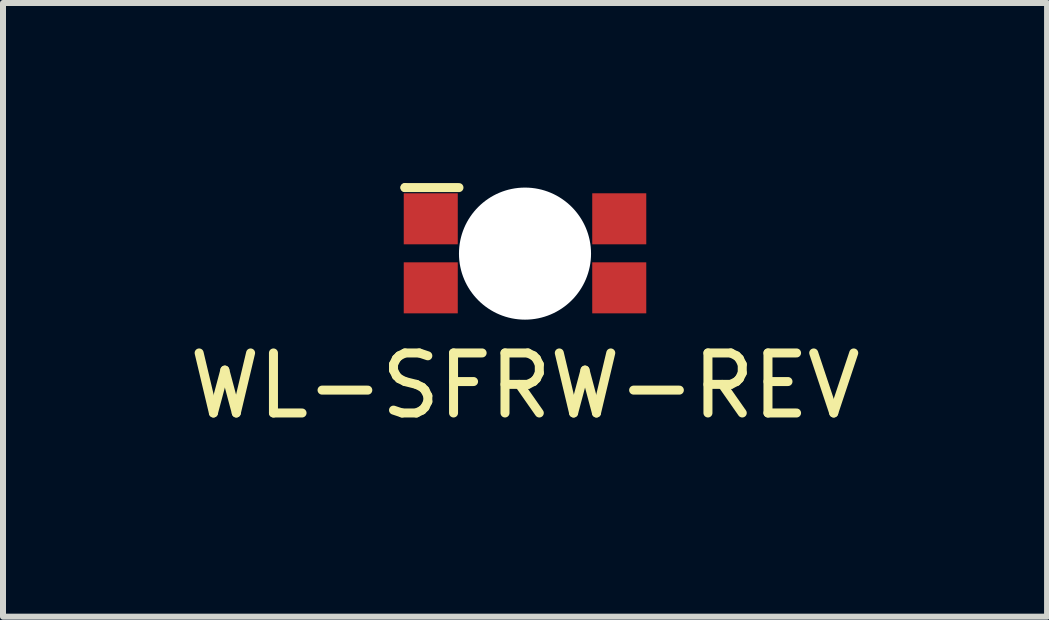
<source format=kicad_pcb>
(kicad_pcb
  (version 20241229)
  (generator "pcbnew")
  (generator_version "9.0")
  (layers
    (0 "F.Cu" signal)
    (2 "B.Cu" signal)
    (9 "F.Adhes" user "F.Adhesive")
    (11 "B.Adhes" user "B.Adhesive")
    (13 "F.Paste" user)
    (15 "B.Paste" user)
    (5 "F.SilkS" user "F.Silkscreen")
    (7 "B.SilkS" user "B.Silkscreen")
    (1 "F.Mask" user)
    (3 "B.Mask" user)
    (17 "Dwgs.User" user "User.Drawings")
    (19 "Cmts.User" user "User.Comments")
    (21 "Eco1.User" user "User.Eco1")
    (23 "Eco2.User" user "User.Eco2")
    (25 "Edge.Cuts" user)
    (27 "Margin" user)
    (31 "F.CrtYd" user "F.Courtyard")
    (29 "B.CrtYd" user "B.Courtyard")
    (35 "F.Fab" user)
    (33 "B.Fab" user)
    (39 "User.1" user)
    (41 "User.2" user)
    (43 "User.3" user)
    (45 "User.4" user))
  (footprint "WL-SFRW-REV"
    (layer "F.Cu")
    (at 5.696 1.175)
    (property "Reference" "WL-SFRW-REV" (at 0 2.2 0) (layer "F.SilkS") (effects (font (size 1 1) (thickness 0.15))))
    (attr through_hole)
    (fp_line (start -2 -1.1) (end -2 -1.1) (stroke (width 0.15) (type solid)) (layer "F.SilkS"))
    (fp_line (start -1.1 -1.1) (end -2 -1.1) (stroke (width 0.15) (type solid)) (layer "F.SilkS"))
    (pad "" np_thru_hole circle (at 0 0) (size 2.2 2.2) (drill 2.2) (layers "*.Cu" "*.Mask"))
    (pad "1" smd rect (at 1.57 -0.58) (size 0.9 0.85) (layers "F.Cu" "F.Mask" "F.Paste"))
    (pad "4" smd rect (at -1.57 0.57) (size 0.9 0.85) (layers "F.Cu" "F.Mask" "F.Paste"))
    (pad "5" smd rect (at -1.57 -0.58) (size 0.9 0.85) (layers "F.Cu" "F.Mask" "F.Paste"))
    (pad "6" smd rect (at 1.57 0.57) (size 0.9 0.85) (layers "F.Cu" "F.Mask" "F.Paste")))
  (gr_rect
    (start -3 -3)
    (end 14.393 7.223)
    (stroke (width 0.1) (type default))
    (fill no)
    (layer "Edge.Cuts")))
</source>
